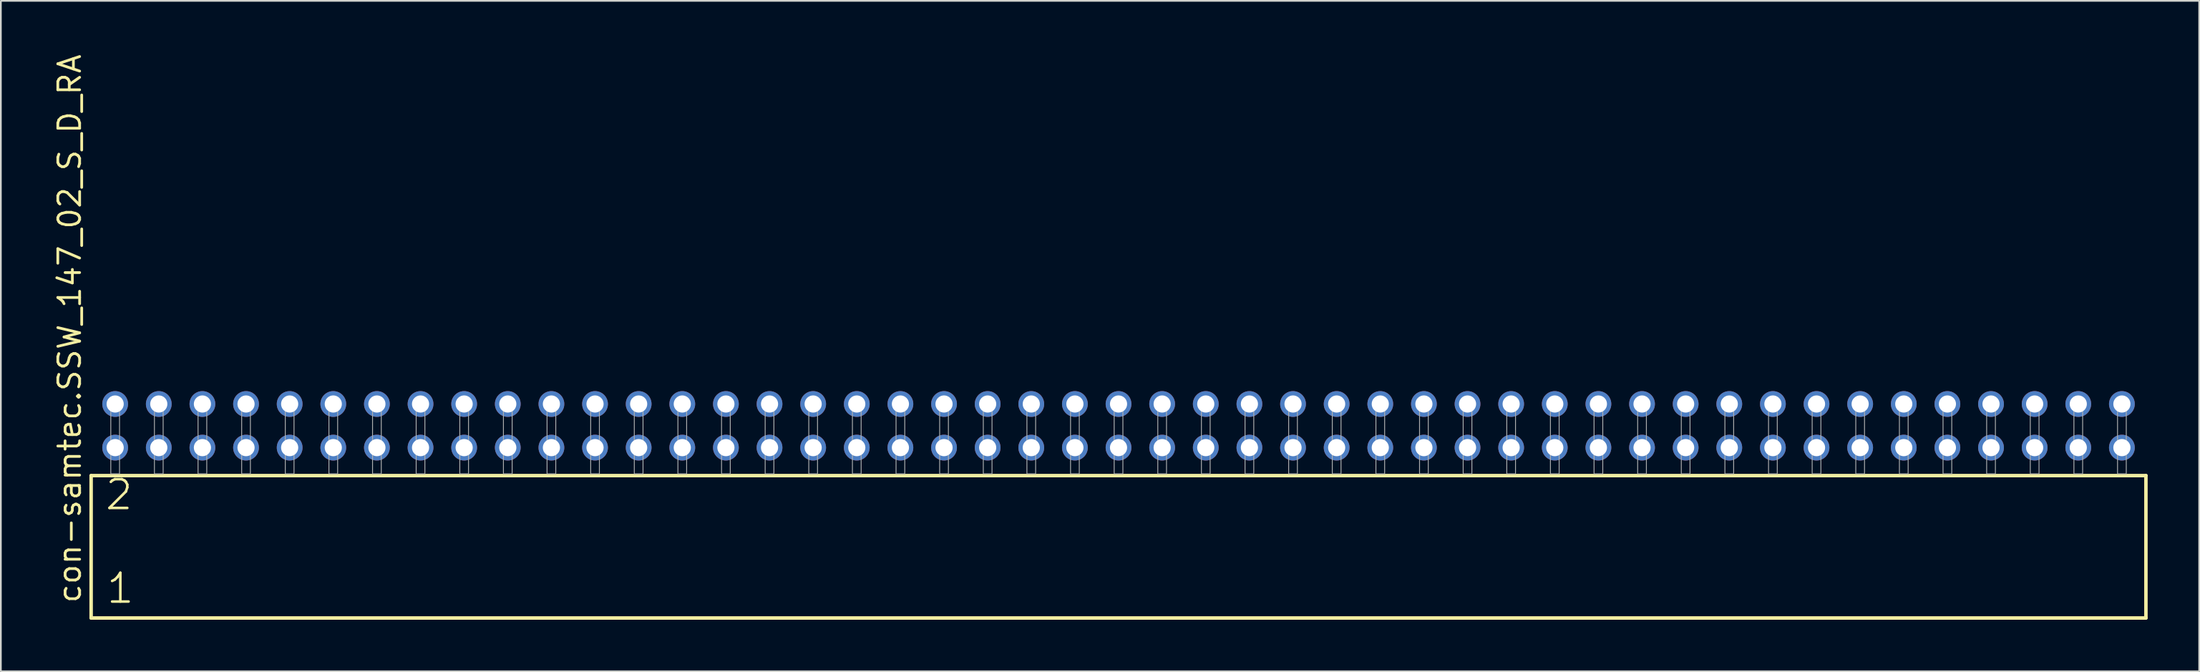
<source format=kicad_pcb>
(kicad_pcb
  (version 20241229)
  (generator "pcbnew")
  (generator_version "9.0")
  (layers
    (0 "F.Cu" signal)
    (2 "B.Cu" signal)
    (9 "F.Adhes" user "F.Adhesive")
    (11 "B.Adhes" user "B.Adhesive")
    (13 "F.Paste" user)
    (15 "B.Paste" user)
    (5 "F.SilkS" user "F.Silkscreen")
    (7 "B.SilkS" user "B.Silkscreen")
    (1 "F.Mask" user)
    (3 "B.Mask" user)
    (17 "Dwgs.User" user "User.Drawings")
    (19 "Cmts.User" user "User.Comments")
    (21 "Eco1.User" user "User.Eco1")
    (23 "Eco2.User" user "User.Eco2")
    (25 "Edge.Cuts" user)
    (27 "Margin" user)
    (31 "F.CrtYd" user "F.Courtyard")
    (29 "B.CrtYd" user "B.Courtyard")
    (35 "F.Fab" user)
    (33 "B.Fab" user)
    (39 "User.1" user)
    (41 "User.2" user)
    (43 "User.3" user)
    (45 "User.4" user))
  (footprint "con-samtec.SSW_147_02_S_D_RA"
    (layer "F.Cu")
    (at 62.075 24.537)
    (property "Reference" "con-samtec.SSW_147_02_S_D_RA" (at -60.325 7.62 90) (layer "F.SilkS") (effects (font (size 1.27 1.27) (thickness 0.16)) (justify left bottom)))
    (attr through_hole)
    (fp_line (start -59.819 0.106) (end -59.819 8.396) (stroke (width 0.203) (type default)) (layer "F.SilkS"))
    (fp_line (start -59.819 8.396) (end 59.819 8.396) (stroke (width 0.203) (type default)) (layer "F.SilkS"))
    (fp_line (start 59.819 0.106) (end -59.819 0.106) (stroke (width 0.203) (type default)) (layer "F.SilkS"))
    (fp_line (start 59.819 8.396) (end 59.819 0.106) (stroke (width 0.203) (type default)) (layer "F.SilkS"))
    (fp_rect (start -58.674 0) (end -58.166 -4.318) (stroke (width 0.05) (type default)) (fill no) (layer "F.Fab"))
    (fp_rect (start -56.134 0) (end -55.626 -4.318) (stroke (width 0.05) (type default)) (fill no) (layer "F.Fab"))
    (fp_rect (start -53.594 0) (end -53.086 -4.318) (stroke (width 0.05) (type default)) (fill no) (layer "F.Fab"))
    (fp_rect (start -51.054 0) (end -50.546 -4.318) (stroke (width 0.05) (type default)) (fill no) (layer "F.Fab"))
    (fp_rect (start -48.514 0) (end -48.006 -4.318) (stroke (width 0.05) (type default)) (fill no) (layer "F.Fab"))
    (fp_rect (start -45.974 0) (end -45.466 -4.318) (stroke (width 0.05) (type default)) (fill no) (layer "F.Fab"))
    (fp_rect (start -43.434 0) (end -42.926 -4.318) (stroke (width 0.05) (type default)) (fill no) (layer "F.Fab"))
    (fp_rect (start -40.894 0) (end -40.386 -4.318) (stroke (width 0.05) (type default)) (fill no) (layer "F.Fab"))
    (fp_rect (start -38.354 0) (end -37.846 -4.318) (stroke (width 0.05) (type default)) (fill no) (layer "F.Fab"))
    (fp_rect (start -35.814 0) (end -35.306 -4.318) (stroke (width 0.05) (type default)) (fill no) (layer "F.Fab"))
    (fp_rect (start -33.274 0) (end -32.766 -4.318) (stroke (width 0.05) (type default)) (fill no) (layer "F.Fab"))
    (fp_rect (start -30.734 0) (end -30.226 -4.318) (stroke (width 0.05) (type default)) (fill no) (layer "F.Fab"))
    (fp_rect (start -28.194 0) (end -27.686 -4.318) (stroke (width 0.05) (type default)) (fill no) (layer "F.Fab"))
    (fp_rect (start -25.654 0) (end -25.146 -4.318) (stroke (width 0.05) (type default)) (fill no) (layer "F.Fab"))
    (fp_rect (start -23.114 0) (end -22.606 -4.318) (stroke (width 0.05) (type default)) (fill no) (layer "F.Fab"))
    (fp_rect (start -20.574 0) (end -20.066 -4.318) (stroke (width 0.05) (type default)) (fill no) (layer "F.Fab"))
    (fp_rect (start -18.034 0) (end -17.526 -4.318) (stroke (width 0.05) (type default)) (fill no) (layer "F.Fab"))
    (fp_rect (start -15.494 0) (end -14.986 -4.318) (stroke (width 0.05) (type default)) (fill no) (layer "F.Fab"))
    (fp_rect (start -12.954 0) (end -12.446 -4.318) (stroke (width 0.05) (type default)) (fill no) (layer "F.Fab"))
    (fp_rect (start -10.414 0) (end -9.906 -4.318) (stroke (width 0.05) (type default)) (fill no) (layer "F.Fab"))
    (fp_rect (start -7.874 0) (end -7.366 -4.318) (stroke (width 0.05) (type default)) (fill no) (layer "F.Fab"))
    (fp_rect (start -5.334 0) (end -4.826 -4.318) (stroke (width 0.05) (type default)) (fill no) (layer "F.Fab"))
    (fp_rect (start -2.794 0) (end -2.286 -4.318) (stroke (width 0.05) (type default)) (fill no) (layer "F.Fab"))
    (fp_rect (start -0.254 0) (end 0.254 -4.318) (stroke (width 0.05) (type default)) (fill no) (layer "F.Fab"))
    (fp_rect (start 2.286 0) (end 2.794 -4.318) (stroke (width 0.05) (type default)) (fill no) (layer "F.Fab"))
    (fp_rect (start 4.826 0) (end 5.334 -4.318) (stroke (width 0.05) (type default)) (fill no) (layer "F.Fab"))
    (fp_rect (start 7.366 0) (end 7.874 -4.318) (stroke (width 0.05) (type default)) (fill no) (layer "F.Fab"))
    (fp_rect (start 9.906 0) (end 10.414 -4.318) (stroke (width 0.05) (type default)) (fill no) (layer "F.Fab"))
    (fp_rect (start 12.446 0) (end 12.954 -4.318) (stroke (width 0.05) (type default)) (fill no) (layer "F.Fab"))
    (fp_rect (start 14.986 0) (end 15.494 -4.318) (stroke (width 0.05) (type default)) (fill no) (layer "F.Fab"))
    (fp_rect (start 17.526 0) (end 18.034 -4.318) (stroke (width 0.05) (type default)) (fill no) (layer "F.Fab"))
    (fp_rect (start 20.066 0) (end 20.574 -4.318) (stroke (width 0.05) (type default)) (fill no) (layer "F.Fab"))
    (fp_rect (start 22.606 0) (end 23.114 -4.318) (stroke (width 0.05) (type default)) (fill no) (layer "F.Fab"))
    (fp_rect (start 25.146 0) (end 25.654 -4.318) (stroke (width 0.05) (type default)) (fill no) (layer "F.Fab"))
    (fp_rect (start 27.686 0) (end 28.194 -4.318) (stroke (width 0.05) (type default)) (fill no) (layer "F.Fab"))
    (fp_rect (start 30.226 0) (end 30.734 -4.318) (stroke (width 0.05) (type default)) (fill no) (layer "F.Fab"))
    (fp_rect (start 32.766 0) (end 33.274 -4.318) (stroke (width 0.05) (type default)) (fill no) (layer "F.Fab"))
    (fp_rect (start 35.306 0) (end 35.814 -4.318) (stroke (width 0.05) (type default)) (fill no) (layer "F.Fab"))
    (fp_rect (start 37.846 0) (end 38.354 -4.318) (stroke (width 0.05) (type default)) (fill no) (layer "F.Fab"))
    (fp_rect (start 40.386 0) (end 40.894 -4.318) (stroke (width 0.05) (type default)) (fill no) (layer "F.Fab"))
    (fp_rect (start 42.926 0) (end 43.434 -4.318) (stroke (width 0.05) (type default)) (fill no) (layer "F.Fab"))
    (fp_rect (start 45.466 0) (end 45.974 -4.318) (stroke (width 0.05) (type default)) (fill no) (layer "F.Fab"))
    (fp_rect (start 48.006 0) (end 48.514 -4.318) (stroke (width 0.05) (type default)) (fill no) (layer "F.Fab"))
    (fp_rect (start 50.546 0) (end 51.054 -4.318) (stroke (width 0.05) (type default)) (fill no) (layer "F.Fab"))
    (fp_rect (start 53.086 0) (end 53.594 -4.318) (stroke (width 0.05) (type default)) (fill no) (layer "F.Fab"))
    (fp_rect (start 55.626 0) (end 56.134 -4.318) (stroke (width 0.05) (type default)) (fill no) (layer "F.Fab"))
    (fp_rect (start 58.166 0) (end 58.674 -4.318) (stroke (width 0.05) (type default)) (fill no) (layer "F.Fab"))
    (fp_text user "1" (at -59.015 7.65 0) (layer "F.SilkS") (effects (font (size 1.676 1.676) (thickness 0.15)) (justify left bottom)))
    (fp_text user "2" (at -59.09 2.2 0) (layer "F.SilkS") (effects (font (size 1.676 1.676) (thickness 0.15)) (justify left bottom)))
    (pad "1" thru_hole circle (at -58.42 -1.524) (size 1.5 1.5) (drill 1) (layers "*.Cu" "*.Mask"))
    (pad "2" thru_hole circle (at -58.42 -4.064) (size 1.5 1.5) (drill 1) (layers "*.Cu" "*.Mask"))
    (pad "3" thru_hole circle (at -55.88 -1.524) (size 1.5 1.5) (drill 1) (layers "*.Cu" "*.Mask"))
    (pad "4" thru_hole circle (at -55.88 -4.064) (size 1.5 1.5) (drill 1) (layers "*.Cu" "*.Mask"))
    (pad "5" thru_hole circle (at -53.34 -1.524) (size 1.5 1.5) (drill 1) (layers "*.Cu" "*.Mask"))
    (pad "6" thru_hole circle (at -53.34 -4.064) (size 1.5 1.5) (drill 1) (layers "*.Cu" "*.Mask"))
    (pad "7" thru_hole circle (at -50.8 -1.524) (size 1.5 1.5) (drill 1) (layers "*.Cu" "*.Mask"))
    (pad "8" thru_hole circle (at -50.8 -4.064) (size 1.5 1.5) (drill 1) (layers "*.Cu" "*.Mask"))
    (pad "9" thru_hole circle (at -48.26 -1.524) (size 1.5 1.5) (drill 1) (layers "*.Cu" "*.Mask"))
    (pad "10" thru_hole circle (at -48.26 -4.064) (size 1.5 1.5) (drill 1) (layers "*.Cu" "*.Mask"))
    (pad "11" thru_hole circle (at -45.72 -1.524) (size 1.5 1.5) (drill 1) (layers "*.Cu" "*.Mask"))
    (pad "12" thru_hole circle (at -45.72 -4.064) (size 1.5 1.5) (drill 1) (layers "*.Cu" "*.Mask"))
    (pad "13" thru_hole circle (at -43.18 -1.524) (size 1.5 1.5) (drill 1) (layers "*.Cu" "*.Mask"))
    (pad "14" thru_hole circle (at -43.18 -4.064) (size 1.5 1.5) (drill 1) (layers "*.Cu" "*.Mask"))
    (pad "15" thru_hole circle (at -40.64 -1.524) (size 1.5 1.5) (drill 1) (layers "*.Cu" "*.Mask"))
    (pad "16" thru_hole circle (at -40.64 -4.064) (size 1.5 1.5) (drill 1) (layers "*.Cu" "*.Mask"))
    (pad "17" thru_hole circle (at -38.1 -1.524) (size 1.5 1.5) (drill 1) (layers "*.Cu" "*.Mask"))
    (pad "18" thru_hole circle (at -38.1 -4.064) (size 1.5 1.5) (drill 1) (layers "*.Cu" "*.Mask"))
    (pad "19" thru_hole circle (at -35.56 -1.524) (size 1.5 1.5) (drill 1) (layers "*.Cu" "*.Mask"))
    (pad "20" thru_hole circle (at -35.56 -4.064) (size 1.5 1.5) (drill 1) (layers "*.Cu" "*.Mask"))
    (pad "21" thru_hole circle (at -33.02 -1.524) (size 1.5 1.5) (drill 1) (layers "*.Cu" "*.Mask"))
    (pad "22" thru_hole circle (at -33.02 -4.064) (size 1.5 1.5) (drill 1) (layers "*.Cu" "*.Mask"))
    (pad "23" thru_hole circle (at -30.48 -1.524) (size 1.5 1.5) (drill 1) (layers "*.Cu" "*.Mask"))
    (pad "24" thru_hole circle (at -30.48 -4.064) (size 1.5 1.5) (drill 1) (layers "*.Cu" "*.Mask"))
    (pad "25" thru_hole circle (at -27.94 -1.524) (size 1.5 1.5) (drill 1) (layers "*.Cu" "*.Mask"))
    (pad "26" thru_hole circle (at -27.94 -4.064) (size 1.5 1.5) (drill 1) (layers "*.Cu" "*.Mask"))
    (pad "27" thru_hole circle (at -25.4 -1.524) (size 1.5 1.5) (drill 1) (layers "*.Cu" "*.Mask"))
    (pad "28" thru_hole circle (at -25.4 -4.064) (size 1.5 1.5) (drill 1) (layers "*.Cu" "*.Mask"))
    (pad "29" thru_hole circle (at -22.86 -1.524) (size 1.5 1.5) (drill 1) (layers "*.Cu" "*.Mask"))
    (pad "30" thru_hole circle (at -22.86 -4.064) (size 1.5 1.5) (drill 1) (layers "*.Cu" "*.Mask"))
    (pad "31" thru_hole circle (at -20.32 -1.524) (size 1.5 1.5) (drill 1) (layers "*.Cu" "*.Mask"))
    (pad "32" thru_hole circle (at -20.32 -4.064) (size 1.5 1.5) (drill 1) (layers "*.Cu" "*.Mask"))
    (pad "33" thru_hole circle (at -17.78 -1.524) (size 1.5 1.5) (drill 1) (layers "*.Cu" "*.Mask"))
    (pad "34" thru_hole circle (at -17.78 -4.064) (size 1.5 1.5) (drill 1) (layers "*.Cu" "*.Mask"))
    (pad "35" thru_hole circle (at -15.24 -1.524) (size 1.5 1.5) (drill 1) (layers "*.Cu" "*.Mask"))
    (pad "36" thru_hole circle (at -15.24 -4.064) (size 1.5 1.5) (drill 1) (layers "*.Cu" "*.Mask"))
    (pad "37" thru_hole circle (at -12.7 -1.524) (size 1.5 1.5) (drill 1) (layers "*.Cu" "*.Mask"))
    (pad "38" thru_hole circle (at -12.7 -4.064) (size 1.5 1.5) (drill 1) (layers "*.Cu" "*.Mask"))
    (pad "39" thru_hole circle (at -10.16 -1.524) (size 1.5 1.5) (drill 1) (layers "*.Cu" "*.Mask"))
    (pad "40" thru_hole circle (at -10.16 -4.064) (size 1.5 1.5) (drill 1) (layers "*.Cu" "*.Mask"))
    (pad "41" thru_hole circle (at -7.62 -1.524) (size 1.5 1.5) (drill 1) (layers "*.Cu" "*.Mask"))
    (pad "42" thru_hole circle (at -7.62 -4.064) (size 1.5 1.5) (drill 1) (layers "*.Cu" "*.Mask"))
    (pad "43" thru_hole circle (at -5.08 -1.524) (size 1.5 1.5) (drill 1) (layers "*.Cu" "*.Mask"))
    (pad "44" thru_hole circle (at -5.08 -4.064) (size 1.5 1.5) (drill 1) (layers "*.Cu" "*.Mask"))
    (pad "45" thru_hole circle (at -2.54 -1.524) (size 1.5 1.5) (drill 1) (layers "*.Cu" "*.Mask"))
    (pad "46" thru_hole circle (at -2.54 -4.064) (size 1.5 1.5) (drill 1) (layers "*.Cu" "*.Mask"))
    (pad "47" thru_hole circle (at 0 -1.524) (size 1.5 1.5) (drill 1) (layers "*.Cu" "*.Mask"))
    (pad "48" thru_hole circle (at 0 -4.064) (size 1.5 1.5) (drill 1) (layers "*.Cu" "*.Mask"))
    (pad "49" thru_hole circle (at 2.54 -1.524) (size 1.5 1.5) (drill 1) (layers "*.Cu" "*.Mask"))
    (pad "50" thru_hole circle (at 2.54 -4.064) (size 1.5 1.5) (drill 1) (layers "*.Cu" "*.Mask"))
    (pad "51" thru_hole circle (at 5.08 -1.524) (size 1.5 1.5) (drill 1) (layers "*.Cu" "*.Mask"))
    (pad "52" thru_hole circle (at 5.08 -4.064) (size 1.5 1.5) (drill 1) (layers "*.Cu" "*.Mask"))
    (pad "53" thru_hole circle (at 7.62 -1.524) (size 1.5 1.5) (drill 1) (layers "*.Cu" "*.Mask"))
    (pad "54" thru_hole circle (at 7.62 -4.064) (size 1.5 1.5) (drill 1) (layers "*.Cu" "*.Mask"))
    (pad "55" thru_hole circle (at 10.16 -1.524) (size 1.5 1.5) (drill 1) (layers "*.Cu" "*.Mask"))
    (pad "56" thru_hole circle (at 10.16 -4.064) (size 1.5 1.5) (drill 1) (layers "*.Cu" "*.Mask"))
    (pad "57" thru_hole circle (at 12.7 -1.524) (size 1.5 1.5) (drill 1) (layers "*.Cu" "*.Mask"))
    (pad "58" thru_hole circle (at 12.7 -4.064) (size 1.5 1.5) (drill 1) (layers "*.Cu" "*.Mask"))
    (pad "59" thru_hole circle (at 15.24 -1.524) (size 1.5 1.5) (drill 1) (layers "*.Cu" "*.Mask"))
    (pad "60" thru_hole circle (at 15.24 -4.064) (size 1.5 1.5) (drill 1) (layers "*.Cu" "*.Mask"))
    (pad "61" thru_hole circle (at 17.78 -1.524) (size 1.5 1.5) (drill 1) (layers "*.Cu" "*.Mask"))
    (pad "62" thru_hole circle (at 17.78 -4.064) (size 1.5 1.5) (drill 1) (layers "*.Cu" "*.Mask"))
    (pad "63" thru_hole circle (at 20.32 -1.524) (size 1.5 1.5) (drill 1) (layers "*.Cu" "*.Mask"))
    (pad "64" thru_hole circle (at 20.32 -4.064) (size 1.5 1.5) (drill 1) (layers "*.Cu" "*.Mask"))
    (pad "65" thru_hole circle (at 22.86 -1.524) (size 1.5 1.5) (drill 1) (layers "*.Cu" "*.Mask"))
    (pad "66" thru_hole circle (at 22.86 -4.064) (size 1.5 1.5) (drill 1) (layers "*.Cu" "*.Mask"))
    (pad "67" thru_hole circle (at 25.4 -1.524) (size 1.5 1.5) (drill 1) (layers "*.Cu" "*.Mask"))
    (pad "68" thru_hole circle (at 25.4 -4.064) (size 1.5 1.5) (drill 1) (layers "*.Cu" "*.Mask"))
    (pad "69" thru_hole circle (at 27.94 -1.524) (size 1.5 1.5) (drill 1) (layers "*.Cu" "*.Mask"))
    (pad "70" thru_hole circle (at 27.94 -4.064) (size 1.5 1.5) (drill 1) (layers "*.Cu" "*.Mask"))
    (pad "71" thru_hole circle (at 30.48 -1.524) (size 1.5 1.5) (drill 1) (layers "*.Cu" "*.Mask"))
    (pad "72" thru_hole circle (at 30.48 -4.064) (size 1.5 1.5) (drill 1) (layers "*.Cu" "*.Mask"))
    (pad "73" thru_hole circle (at 33.02 -1.524) (size 1.5 1.5) (drill 1) (layers "*.Cu" "*.Mask"))
    (pad "74" thru_hole circle (at 33.02 -4.064) (size 1.5 1.5) (drill 1) (layers "*.Cu" "*.Mask"))
    (pad "75" thru_hole circle (at 35.56 -1.524) (size 1.5 1.5) (drill 1) (layers "*.Cu" "*.Mask"))
    (pad "76" thru_hole circle (at 35.56 -4.064) (size 1.5 1.5) (drill 1) (layers "*.Cu" "*.Mask"))
    (pad "77" thru_hole circle (at 38.1 -1.524) (size 1.5 1.5) (drill 1) (layers "*.Cu" "*.Mask"))
    (pad "78" thru_hole circle (at 38.1 -4.064) (size 1.5 1.5) (drill 1) (layers "*.Cu" "*.Mask"))
    (pad "79" thru_hole circle (at 40.64 -1.524) (size 1.5 1.5) (drill 1) (layers "*.Cu" "*.Mask"))
    (pad "80" thru_hole circle (at 40.64 -4.064) (size 1.5 1.5) (drill 1) (layers "*.Cu" "*.Mask"))
    (pad "81" thru_hole circle (at 43.18 -1.524) (size 1.5 1.5) (drill 1) (layers "*.Cu" "*.Mask"))
    (pad "82" thru_hole circle (at 43.18 -4.064) (size 1.5 1.5) (drill 1) (layers "*.Cu" "*.Mask"))
    (pad "83" thru_hole circle (at 45.72 -1.524) (size 1.5 1.5) (drill 1) (layers "*.Cu" "*.Mask"))
    (pad "84" thru_hole circle (at 45.72 -4.064) (size 1.5 1.5) (drill 1) (layers "*.Cu" "*.Mask"))
    (pad "85" thru_hole circle (at 48.26 -1.524) (size 1.5 1.5) (drill 1) (layers "*.Cu" "*.Mask"))
    (pad "86" thru_hole circle (at 48.26 -4.064) (size 1.5 1.5) (drill 1) (layers "*.Cu" "*.Mask"))
    (pad "87" thru_hole circle (at 50.8 -1.524) (size 1.5 1.5) (drill 1) (layers "*.Cu" "*.Mask"))
    (pad "88" thru_hole circle (at 50.8 -4.064) (size 1.5 1.5) (drill 1) (layers "*.Cu" "*.Mask"))
    (pad "89" thru_hole circle (at 53.34 -1.524) (size 1.5 1.5) (drill 1) (layers "*.Cu" "*.Mask"))
    (pad "90" thru_hole circle (at 53.34 -4.064) (size 1.5 1.5) (drill 1) (layers "*.Cu" "*.Mask"))
    (pad "91" thru_hole circle (at 55.88 -1.524) (size 1.5 1.5) (drill 1) (layers "*.Cu" "*.Mask"))
    (pad "92" thru_hole circle (at 55.88 -4.064) (size 1.5 1.5) (drill 1) (layers "*.Cu" "*.Mask"))
    (pad "93" thru_hole circle (at 58.42 -1.524) (size 1.5 1.5) (drill 1) (layers "*.Cu" "*.Mask"))
    (pad "94" thru_hole circle (at 58.42 -4.064) (size 1.5 1.5) (drill 1) (layers "*.Cu" "*.Mask")))
  (gr_rect
    (start -3 -3)
    (end 124.996 36.035)
    (stroke (width 0.1) (type default))
    (fill no)
    (layer "Edge.Cuts")))
</source>
